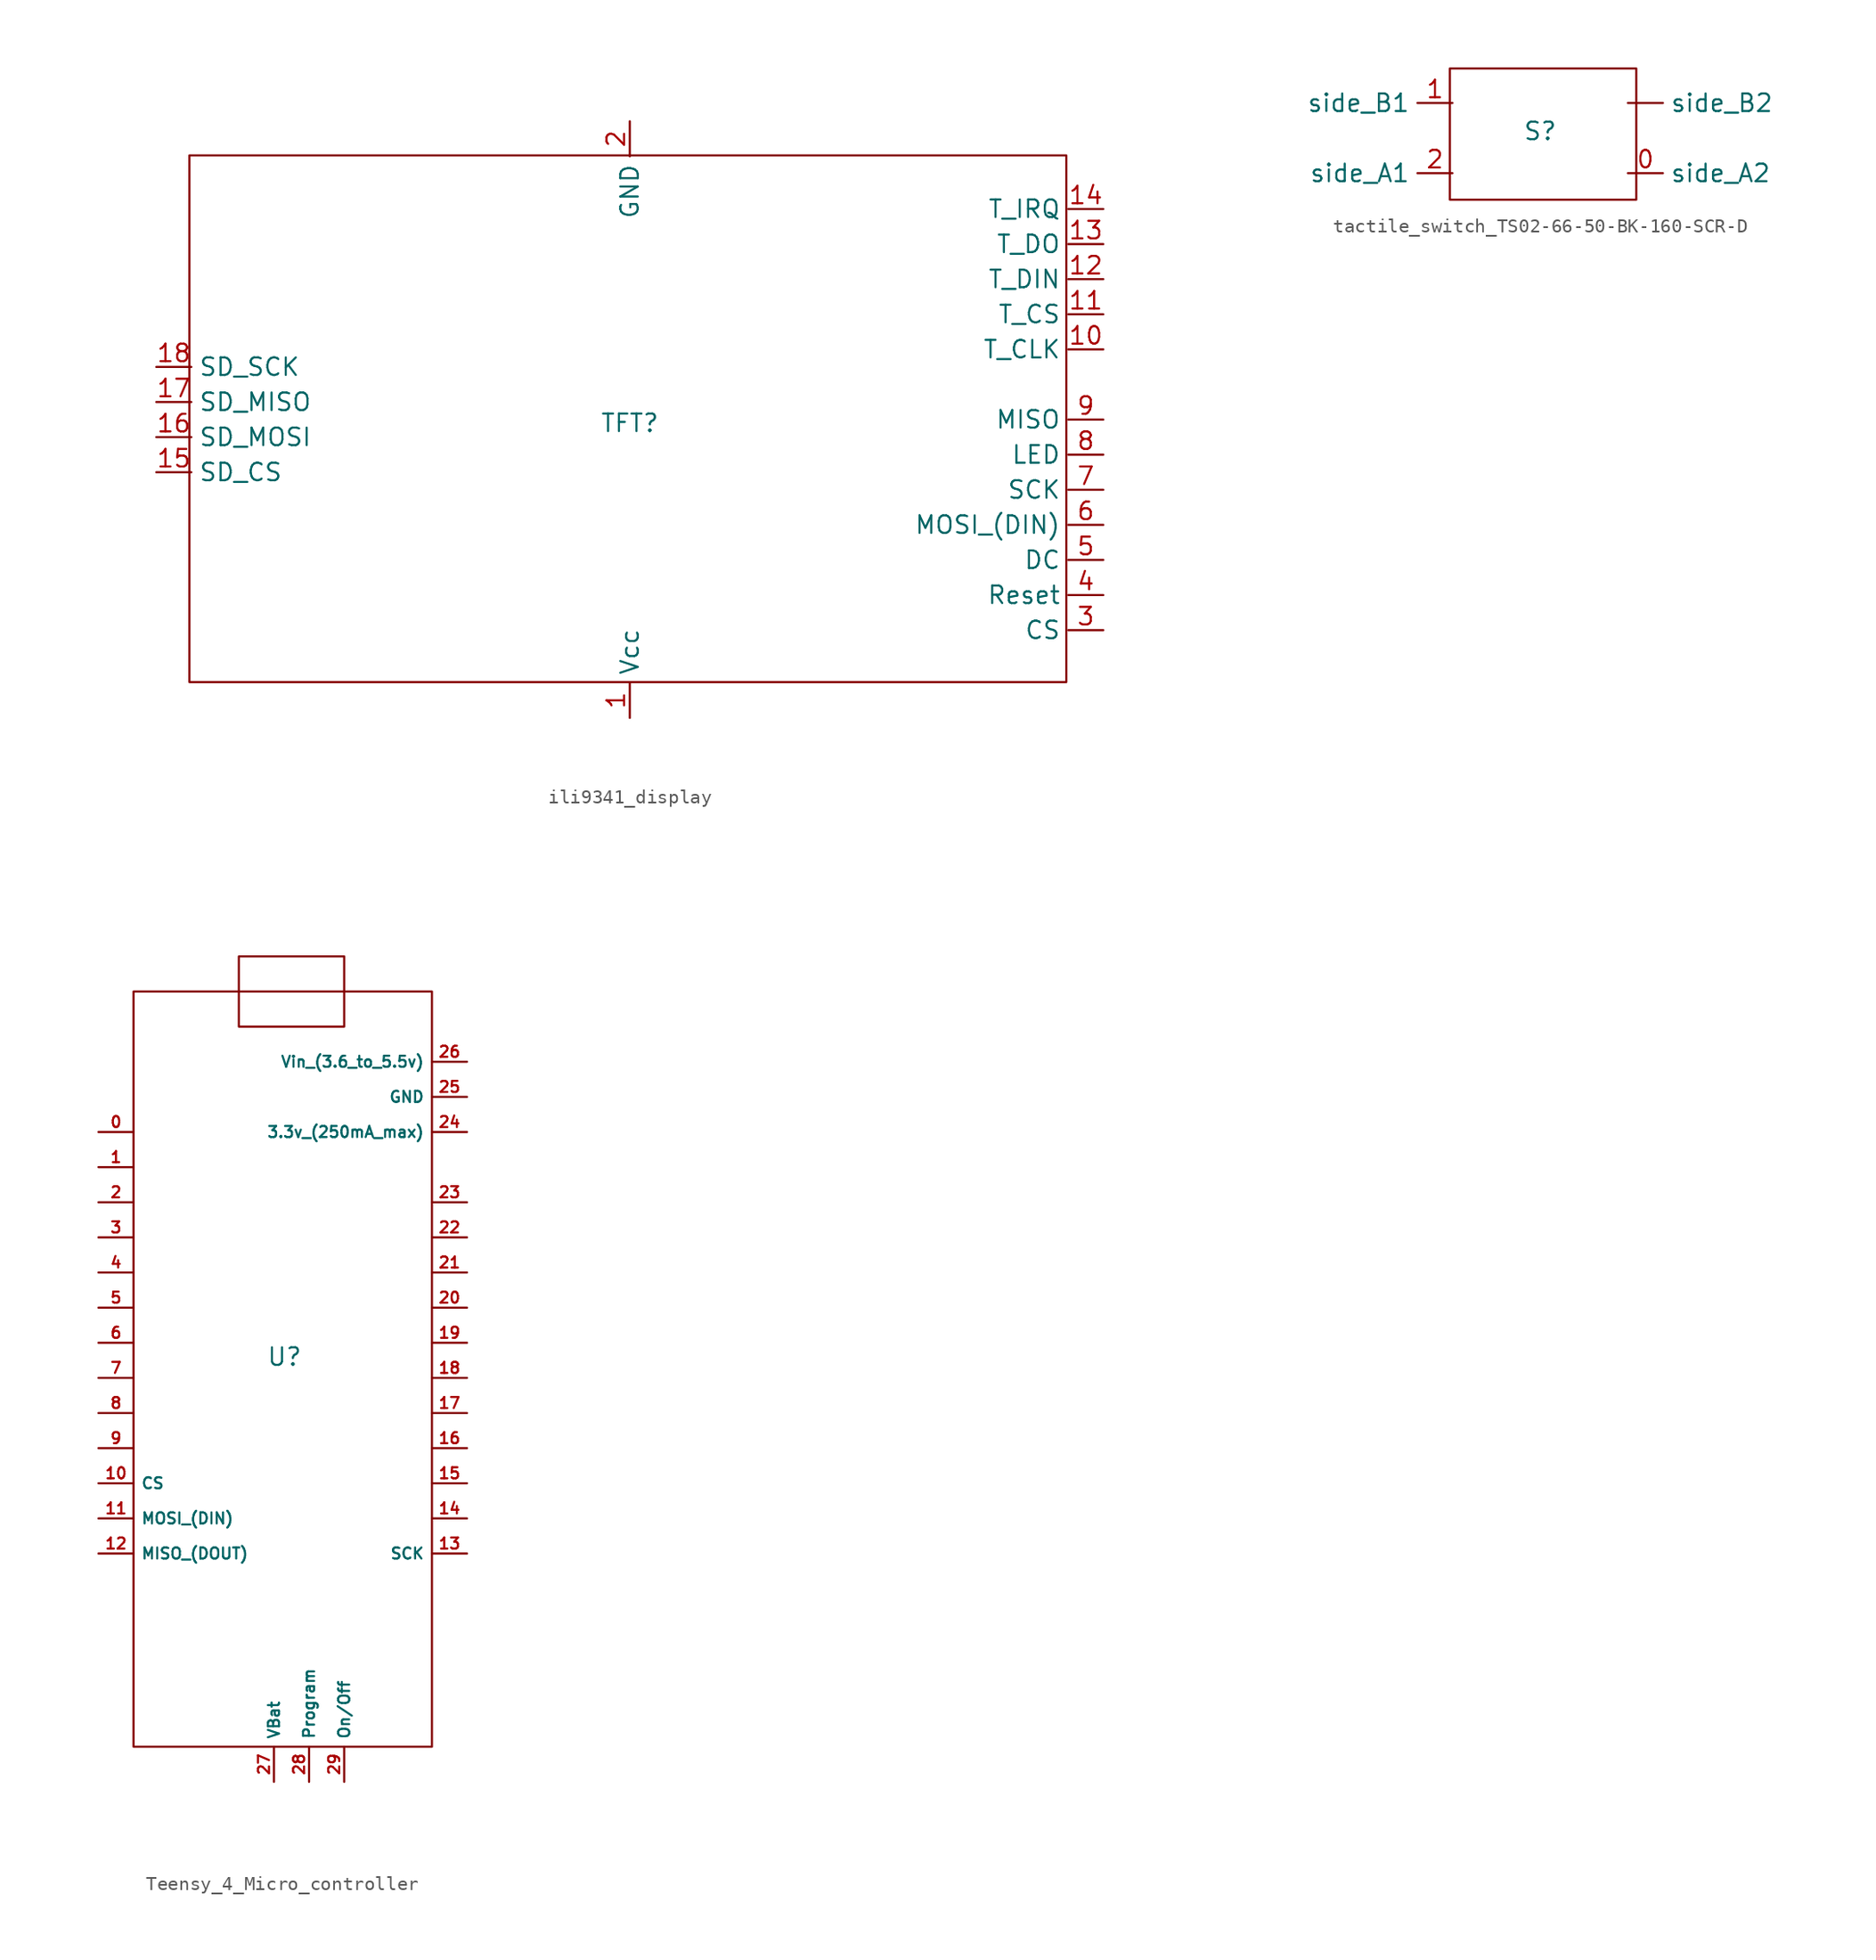
<source format=kicad_sym>
(kicad_symbol_lib
  (version 20231120)
  (generator "kicad_symbol_editor")
  (generator_version "8.0")
  (symbol "ili9341_display"
    (property "Reference" "TFT"
      (at 0 -0.254 0)
      (effects (font (size 1.27 1.27))))
    (property "Value" ""
      (at -2.54 1.27 0)
      (effects (font (size 1.27 1.27))))
    (symbol "ili9341_display_0_1"
      (rectangle (start -31.89 19.12) (end 31.61 -19) (stroke (width 0) (type default)) (fill (type none))))
    (symbol "ili9341_display_1_1"
      (pin power_in line (at 0 -21.59 90) (length 2.54) (name "Vcc" (effects (font (size 1.27 1.27)))) (number "1" (effects (font (size 1.27 1.27)))))
      (pin input line (at 34.29 5.08 180) (length 2.54) (name "T_CLK" (effects (font (size 1.27 1.27)))) (number "10" (effects (font (size 1.27 1.27)))))
      (pin input line (at 34.29 7.62 180) (length 2.54) (name "T_CS" (effects (font (size 1.27 1.27)))) (number "11" (effects (font (size 1.27 1.27)))))
      (pin input line (at 34.29 10.16 180) (length 2.54) (name "T_DIN" (effects (font (size 1.27 1.27)))) (number "12" (effects (font (size 1.27 1.27)))))
      (pin input line (at 34.29 12.7 180) (length 2.54) (name "T_DO" (effects (font (size 1.27 1.27)))) (number "13" (effects (font (size 1.27 1.27)))))
      (pin input line (at 34.29 15.24 180) (length 2.54) (name "T_IRQ" (effects (font (size 1.27 1.27)))) (number "14" (effects (font (size 1.27 1.27)))))
      (pin input line (at -34.29 -3.81 0) (length 2.54) (name "SD_CS" (effects (font (size 1.27 1.27)))) (number "15" (effects (font (size 1.27 1.27)))))
      (pin input line (at -34.29 -1.27 0) (length 2.54) (name "SD_MOSI" (effects (font (size 1.27 1.27)))) (number "16" (effects (font (size 1.27 1.27)))))
      (pin input line (at -34.29 1.27 0) (length 2.54) (name "SD_MISO" (effects (font (size 1.27 1.27)))) (number "17" (effects (font (size 1.27 1.27)))))
      (pin input line (at -34.29 3.81 0) (length 2.54) (name "SD_SCK" (effects (font (size 1.27 1.27)))) (number "18" (effects (font (size 1.27 1.27)))))
      (pin power_in line (at 0 21.59 270) (length 2.54) (name "GND" (effects (font (size 1.27 1.27)))) (number "2" (effects (font (size 1.27 1.27)))))
      (pin input line (at 34.29 -15.24 180) (length 2.54) (name "CS" (effects (font (size 1.27 1.27)))) (number "3" (effects (font (size 1.27 1.27)))))
      (pin input line (at 34.29 -12.7 180) (length 2.54) (name "Reset" (effects (font (size 1.27 1.27)))) (number "4" (effects (font (size 1.27 1.27)))))
      (pin input line (at 34.29 -10.16 180) (length 2.54) (name "DC" (effects (font (size 1.27 1.27)))) (number "5" (effects (font (size 1.27 1.27)))))
      (pin input line (at 34.29 -7.62 180) (length 2.54) (name "MOSI_(DIN)" (effects (font (size 1.27 1.27)))) (number "6" (effects (font (size 1.27 1.27)))))
      (pin input line (at 34.29 -5.08 180) (length 2.54) (name "SCK" (effects (font (size 1.27 1.27)))) (number "7" (effects (font (size 1.27 1.27)))))
      (pin input line (at 34.29 -2.54 180) (length 2.54) (name "LED" (effects (font (size 1.27 1.27)))) (number "8" (effects (font (size 1.27 1.27)))))
      (pin input line (at 34.29 0 180) (length 2.54) (name "MISO" (effects (font (size 1.27 1.27)))) (number "9" (effects (font (size 1.27 1.27)))))))
  (symbol "tactile_switch_TS02-66-50-BK-160-SCR-D"
    (property "Reference" "S"
      (at 0 0 0)
      (effects (font (size 1.27 1.27))))
    (property "Value" ""
      (at -2.54 2.04 0)
      (effects (font (size 1.27 1.27))))
    (symbol "tactile_switch_TS02-66-50-BK-160-SCR-D_0_1"
      (rectangle (start -6.54 4.54) (end 6.96 -4.96) (stroke (width 0) (type default)) (fill (type none))))
    (symbol "tactile_switch_TS02-66-50-BK-160-SCR-D_1_1"
      (pin free line (at 6.35 2.04 0) (length 2.54) (name "side_B2" (effects (font (size 1.27 1.27)))) (number "" (effects (font (size 1.27 1.27)))))
      (pin free line (at 6.35 -3.04 0) (length 2.54) (name "side_A2" (effects (font (size 1.27 1.27)))) (number "0" (effects (font (size 1.27 1.27)))))
      (pin free line (at -6.35 2.04 180) (length 2.54) (name "side_B1" (effects (font (size 1.27 1.27)))) (number "1" (effects (font (size 1.27 1.27)))))
      (pin free line (at -6.35 -3.04 180) (length 2.54) (name "side_A1" (effects (font (size 1.27 1.27)))) (number "2" (effects (font (size 1.27 1.27)))))))
  (symbol "Teensy_4_Micro_controller"
    (property "Reference" "U"
      (at -0.508 0.254 0)
      (effects (font (size 1.27 1.27))))
    (property "Value" ""
      (at -6.35 -10.16 0)
      (effects (font (size 1.27 1.27))))
    (symbol "Teensy_4_Micro_controller_0_1"
      (rectangle (start -11.43 26.67) (end 10.16 -27.94) (stroke (width 0) (type default)) (fill (type none)))
      (rectangle (start -3.81 29.21) (end 3.81 24.13) (stroke (width 0) (type default)) (fill (type none))))
    (symbol "Teensy_4_Micro_controller_1_1"
      (pin bidirectional line (at -13.97 16.51 0) (length 2.54) (name "" (effects (font (size 0.8 0.8)))) (number "0" (effects (font (size 0.8 0.8)))))
      (pin bidirectional line (at -13.97 13.97 0) (length 2.54) (name "" (effects (font (size 0.8 0.8)))) (number "1" (effects (font (size 0.8 0.8)))))
      (pin bidirectional line (at -13.97 -8.89 0) (length 2.54) (name "CS" (effects (font (size 0.8 0.8)))) (number "10" (effects (font (size 0.8 0.8)))))
      (pin bidirectional line (at -13.97 -11.43 0) (length 2.54) (name "MOSI_(DIN)" (effects (font (size 0.8 0.8)))) (number "11" (effects (font (size 0.8 0.8)))))
      (pin bidirectional line (at -13.97 -13.97 0) (length 2.54) (name "MISO_(DOUT)" (effects (font (size 0.8 0.8)))) (number "12" (effects (font (size 0.8 0.8)))))
      (pin bidirectional line (at 12.7 -13.97 180) (length 2.54) (name "SCK" (effects (font (size 0.8 0.8)))) (number "13" (effects (font (size 0.8 0.8)))))
      (pin bidirectional line (at 12.7 -11.43 180) (length 2.54) (name "" (effects (font (size 0.8 0.8)))) (number "14" (effects (font (size 0.8 0.8)))))
      (pin bidirectional line (at 12.7 -8.89 180) (length 2.54) (name "" (effects (font (size 0.8 0.8)))) (number "15" (effects (font (size 0.8 0.8)))))
      (pin bidirectional line (at 12.7 -6.35 180) (length 2.54) (name "" (effects (font (size 0.8 0.8)))) (number "16" (effects (font (size 0.8 0.8)))))
      (pin bidirectional line (at 12.7 -3.81 180) (length 2.54) (name "" (effects (font (size 0.8 0.8)))) (number "17" (effects (font (size 0.8 0.8)))))
      (pin bidirectional line (at 12.7 -1.27 180) (length 2.54) (name "" (effects (font (size 0.8 0.8)))) (number "18" (effects (font (size 0.8 0.8)))))
      (pin bidirectional line (at 12.7 1.27 180) (length 2.54) (name "" (effects (font (size 0.8 0.8)))) (number "19" (effects (font (size 0.8 0.8)))))
      (pin bidirectional line (at -13.97 11.43 0) (length 2.54) (name "" (effects (font (size 0.8 0.8)))) (number "2" (effects (font (size 0.8 0.8)))))
      (pin bidirectional line (at 12.7 3.81 180) (length 2.54) (name "" (effects (font (size 0.8 0.8)))) (number "20" (effects (font (size 0.8 0.8)))))
      (pin bidirectional line (at 12.7 6.35 180) (length 2.54) (name "" (effects (font (size 0.8 0.8)))) (number "21" (effects (font (size 0.8 0.8)))))
      (pin bidirectional line (at 12.7 8.89 180) (length 2.54) (name "" (effects (font (size 0.8 0.8)))) (number "22" (effects (font (size 0.8 0.8)))))
      (pin bidirectional line (at 12.7 11.43 180) (length 2.54) (name "" (effects (font (size 0.8 0.8)))) (number "23" (effects (font (size 0.8 0.8)))))
      (pin power_out line (at 12.7 16.51 180) (length 2.54) (name "3.3v_(250mA_max)" (effects (font (size 0.8 0.8)))) (number "24" (effects (font (size 0.8 0.8)))))
      (pin power_in line (at 12.7 19.05 180) (length 2.54) (name "GND" (effects (font (size 0.8 0.8)))) (number "25" (effects (font (size 0.8 0.8)))))
      (pin power_in line (at 12.7 21.59 180) (length 2.54) (name "Vin_(3.6_to_5.5v)" (effects (font (size 0.8 0.8)))) (number "26" (effects (font (size 0.8 0.8)))))
      (pin power_out line (at -1.27 -30.48 90) (length 2.54) (name "VBat" (effects (font (size 0.8 0.8)))) (number "27" (effects (font (size 0.8 0.8)))))
      (pin input line (at 1.27 -30.48 90) (length 2.54) (name "Program" (effects (font (size 0.8 0.8)))) (number "28" (effects (font (size 0.8 0.8)))))
      (pin input line (at 3.81 -30.48 90) (length 2.54) (name "On/Off" (effects (font (size 0.8 0.8)))) (number "29" (effects (font (size 0.8 0.8)))))
      (pin bidirectional line (at -13.97 8.89 0) (length 2.54) (name "" (effects (font (size 0.8 0.8)))) (number "3" (effects (font (size 0.8 0.8)))))
      (pin bidirectional line (at -13.97 6.35 0) (length 2.54) (name "" (effects (font (size 0.8 0.8)))) (number "4" (effects (font (size 0.8 0.8)))))
      (pin bidirectional line (at -13.97 3.81 0) (length 2.54) (name "" (effects (font (size 0.8 0.8)))) (number "5" (effects (font (size 0.8 0.8)))))
      (pin bidirectional line (at -13.97 1.27 0) (length 2.54) (name "" (effects (font (size 0.8 0.8)))) (number "6" (effects (font (size 0.8 0.8)))))
      (pin bidirectional line (at -13.97 -1.27 0) (length 2.54) (name "" (effects (font (size 0.8 0.8)))) (number "7" (effects (font (size 0.8 0.8)))))
      (pin bidirectional line (at -13.97 -3.81 0) (length 2.54) (name "" (effects (font (size 0.8 0.8)))) (number "8" (effects (font (size 0.8 0.8)))))
      (pin bidirectional line (at -13.97 -6.35 0) (length 2.54) (name "" (effects (font (size 0.8 0.8)))) (number "9" (effects (font (size 0.8 0.8))))))))
</source>
